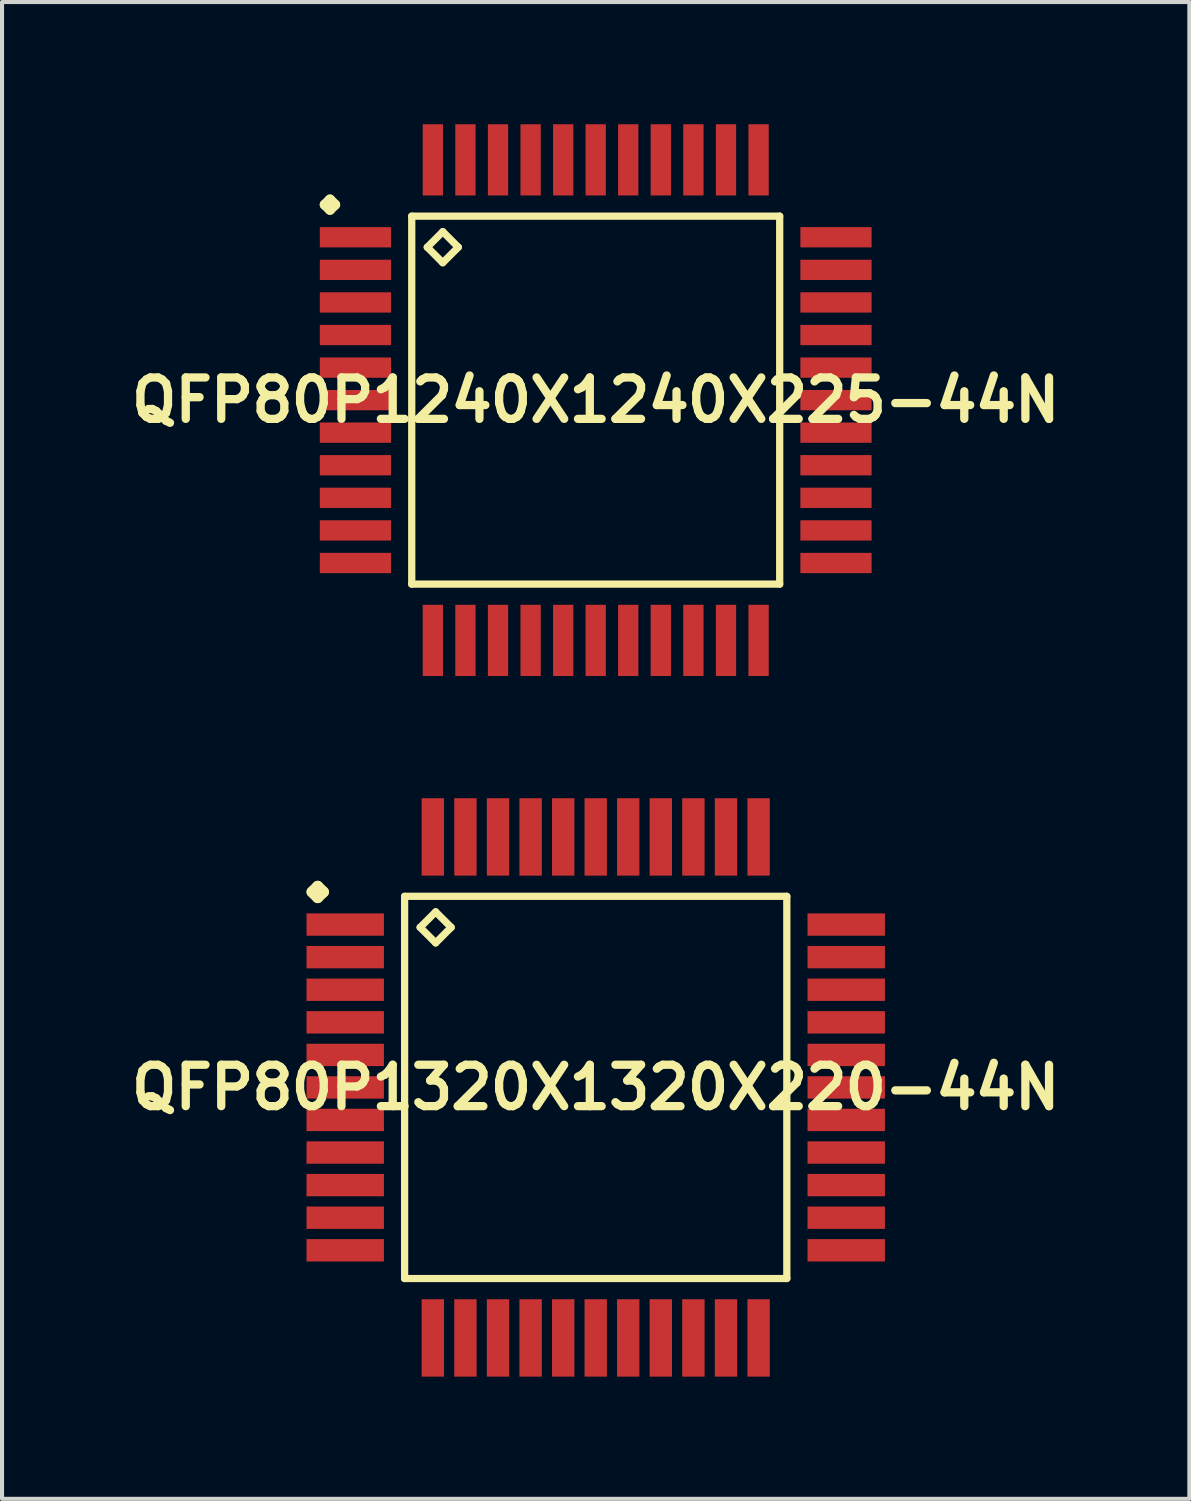
<source format=kicad_pcb>
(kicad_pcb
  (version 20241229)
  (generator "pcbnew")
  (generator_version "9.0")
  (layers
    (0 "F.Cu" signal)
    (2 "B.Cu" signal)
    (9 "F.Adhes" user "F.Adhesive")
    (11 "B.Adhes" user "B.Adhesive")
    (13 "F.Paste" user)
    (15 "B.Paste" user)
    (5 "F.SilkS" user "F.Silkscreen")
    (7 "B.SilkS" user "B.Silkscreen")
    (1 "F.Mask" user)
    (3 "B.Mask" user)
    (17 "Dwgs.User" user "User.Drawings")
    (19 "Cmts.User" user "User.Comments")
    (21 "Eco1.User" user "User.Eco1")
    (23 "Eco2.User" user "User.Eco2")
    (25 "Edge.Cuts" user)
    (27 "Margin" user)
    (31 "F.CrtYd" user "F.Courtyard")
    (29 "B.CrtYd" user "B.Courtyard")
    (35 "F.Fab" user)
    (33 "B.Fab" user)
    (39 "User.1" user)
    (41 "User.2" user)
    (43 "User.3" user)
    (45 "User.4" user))
  (footprint "QFP80P1320X1320X220-44N"
    (layer "F.Cu")
    (at 11.573 23.643)
    (property "Reference" "QFP80P1320X1320X220-44N" (at 0 0 0) (layer "F.SilkS") (effects (font (size 1.016 1.016) (thickness 0.203))))
    (attr smd)
    (fp_line (start -6.962 -4.798) (end -6.825 -4.935) (stroke (width 0.274) (type solid)) (layer "F.SilkS"))
    (fp_line (start -6.825 -4.935) (end -6.685 -4.798) (stroke (width 0.274) (type solid)) (layer "F.SilkS"))
    (fp_line (start -6.825 -4.661) (end -6.962 -4.798) (stroke (width 0.274) (type solid)) (layer "F.SilkS"))
    (fp_line (start -6.685 -4.798) (end -6.825 -4.661) (stroke (width 0.274) (type solid)) (layer "F.SilkS"))
    (fp_line (start -4.691 -4.691) (end -4.691 4.691) (stroke (width 0.178) (type solid)) (layer "F.SilkS"))
    (fp_line (start -4.691 4.691) (end 4.691 4.691) (stroke (width 0.178) (type solid)) (layer "F.SilkS"))
    (fp_line (start -4.31 -3.929) (end -3.929 -4.31) (stroke (width 0.178) (type solid)) (layer "F.SilkS"))
    (fp_line (start -3.929 -4.31) (end -3.548 -3.929) (stroke (width 0.178) (type solid)) (layer "F.SilkS"))
    (fp_line (start -3.929 -3.548) (end -4.31 -3.929) (stroke (width 0.178) (type solid)) (layer "F.SilkS"))
    (fp_line (start -3.548 -3.929) (end -3.929 -3.548) (stroke (width 0.178) (type solid)) (layer "F.SilkS"))
    (fp_line (start 4.691 -4.691) (end -4.691 -4.691) (stroke (width 0.178) (type solid)) (layer "F.SilkS"))
    (fp_line (start 4.691 4.691) (end 4.691 -4.691) (stroke (width 0.178) (type solid)) (layer "F.SilkS"))
    (pad "1" smd rect (at -6.149 -3.998) (size 1.9 0.549) (layers "F.Cu" "F.Mask" "F.Paste"))
    (pad "2" smd rect (at -6.149 -3.198) (size 1.9 0.549) (layers "F.Cu" "F.Mask" "F.Paste"))
    (pad "3" smd rect (at -6.149 -2.398) (size 1.9 0.549) (layers "F.Cu" "F.Mask" "F.Paste"))
    (pad "4" smd rect (at -6.149 -1.598) (size 1.9 0.549) (layers "F.Cu" "F.Mask" "F.Paste"))
    (pad "5" smd rect (at -6.149 -0.798) (size 1.9 0.549) (layers "F.Cu" "F.Mask" "F.Paste"))
    (pad "6" smd rect (at -6.149 0) (size 1.9 0.549) (layers "F.Cu" "F.Mask" "F.Paste"))
    (pad "7" smd rect (at -6.149 0.798) (size 1.9 0.549) (layers "F.Cu" "F.Mask" "F.Paste"))
    (pad "8" smd rect (at -6.149 1.598) (size 1.9 0.549) (layers "F.Cu" "F.Mask" "F.Paste"))
    (pad "9" smd rect (at -6.149 2.398) (size 1.9 0.549) (layers "F.Cu" "F.Mask" "F.Paste"))
    (pad "10" smd rect (at -6.149 3.198) (size 1.9 0.549) (layers "F.Cu" "F.Mask" "F.Paste"))
    (pad "11" smd rect (at -6.149 3.998) (size 1.9 0.549) (layers "F.Cu" "F.Mask" "F.Paste"))
    (pad "12" smd rect (at -3.998 6.149) (size 0.549 1.9) (layers "F.Cu" "F.Mask" "F.Paste"))
    (pad "13" smd rect (at -3.198 6.149) (size 0.549 1.9) (layers "F.Cu" "F.Mask" "F.Paste"))
    (pad "14" smd rect (at -2.398 6.149) (size 0.549 1.9) (layers "F.Cu" "F.Mask" "F.Paste"))
    (pad "15" smd rect (at -1.598 6.149) (size 0.549 1.9) (layers "F.Cu" "F.Mask" "F.Paste"))
    (pad "16" smd rect (at -0.798 6.149) (size 0.549 1.9) (layers "F.Cu" "F.Mask" "F.Paste"))
    (pad "17" smd rect (at 0 6.149) (size 0.549 1.9) (layers "F.Cu" "F.Mask" "F.Paste"))
    (pad "18" smd rect (at 0.798 6.149) (size 0.549 1.9) (layers "F.Cu" "F.Mask" "F.Paste"))
    (pad "19" smd rect (at 1.598 6.149) (size 0.549 1.9) (layers "F.Cu" "F.Mask" "F.Paste"))
    (pad "20" smd rect (at 2.398 6.149) (size 0.549 1.9) (layers "F.Cu" "F.Mask" "F.Paste"))
    (pad "21" smd rect (at 3.198 6.149) (size 0.549 1.9) (layers "F.Cu" "F.Mask" "F.Paste"))
    (pad "22" smd rect (at 3.998 6.149) (size 0.549 1.9) (layers "F.Cu" "F.Mask" "F.Paste"))
    (pad "23" smd rect (at 6.149 3.998) (size 1.9 0.549) (layers "F.Cu" "F.Mask" "F.Paste"))
    (pad "24" smd rect (at 6.149 3.198) (size 1.9 0.549) (layers "F.Cu" "F.Mask" "F.Paste"))
    (pad "25" smd rect (at 6.149 2.398) (size 1.9 0.549) (layers "F.Cu" "F.Mask" "F.Paste"))
    (pad "26" smd rect (at 6.149 1.598) (size 1.9 0.549) (layers "F.Cu" "F.Mask" "F.Paste"))
    (pad "27" smd rect (at 6.149 0.798) (size 1.9 0.549) (layers "F.Cu" "F.Mask" "F.Paste"))
    (pad "28" smd rect (at 6.149 0) (size 1.9 0.549) (layers "F.Cu" "F.Mask" "F.Paste"))
    (pad "29" smd rect (at 6.149 -0.798) (size 1.9 0.549) (layers "F.Cu" "F.Mask" "F.Paste"))
    (pad "30" smd rect (at 6.149 -1.598) (size 1.9 0.549) (layers "F.Cu" "F.Mask" "F.Paste"))
    (pad "31" smd rect (at 6.149 -2.398) (size 1.9 0.549) (layers "F.Cu" "F.Mask" "F.Paste"))
    (pad "32" smd rect (at 6.149 -3.198) (size 1.9 0.549) (layers "F.Cu" "F.Mask" "F.Paste"))
    (pad "33" smd rect (at 6.149 -3.998) (size 1.9 0.549) (layers "F.Cu" "F.Mask" "F.Paste"))
    (pad "34" smd rect (at 3.998 -6.149) (size 0.549 1.9) (layers "F.Cu" "F.Mask" "F.Paste"))
    (pad "35" smd rect (at 3.198 -6.149) (size 0.549 1.9) (layers "F.Cu" "F.Mask" "F.Paste"))
    (pad "36" smd rect (at 2.398 -6.149) (size 0.549 1.9) (layers "F.Cu" "F.Mask" "F.Paste"))
    (pad "37" smd rect (at 1.598 -6.149) (size 0.549 1.9) (layers "F.Cu" "F.Mask" "F.Paste"))
    (pad "38" smd rect (at 0.798 -6.149) (size 0.549 1.9) (layers "F.Cu" "F.Mask" "F.Paste"))
    (pad "39" smd rect (at 0 -6.149) (size 0.549 1.9) (layers "F.Cu" "F.Mask" "F.Paste"))
    (pad "40" smd rect (at -0.798 -6.149) (size 0.549 1.9) (layers "F.Cu" "F.Mask" "F.Paste"))
    (pad "41" smd rect (at -1.598 -6.149) (size 0.549 1.9) (layers "F.Cu" "F.Mask" "F.Paste"))
    (pad "42" smd rect (at -2.398 -6.149) (size 0.549 1.9) (layers "F.Cu" "F.Mask" "F.Paste"))
    (pad "43" smd rect (at -3.198 -6.149) (size 0.549 1.9) (layers "F.Cu" "F.Mask" "F.Paste"))
    (pad "44" smd rect (at -3.998 -6.149) (size 0.549 1.9) (layers "F.Cu" "F.Mask" "F.Paste")))
  (footprint "QFP80P1240X1240X225-44N"
    (layer "F.Cu")
    (at 11.573 6.772)
    (property "Reference" "QFP80P1240X1240X225-44N" (at 0 0 0) (layer "F.SilkS") (effects (font (size 1.016 1.016) (thickness 0.203))))
    (attr smd)
    (fp_line (start -6.65 -4.798) (end -6.523 -4.923) (stroke (width 0.249) (type solid)) (layer "F.SilkS"))
    (fp_line (start -6.523 -4.923) (end -6.398 -4.798) (stroke (width 0.249) (type solid)) (layer "F.SilkS"))
    (fp_line (start -6.523 -4.674) (end -6.65 -4.798) (stroke (width 0.249) (type solid)) (layer "F.SilkS"))
    (fp_line (start -6.398 -4.798) (end -6.523 -4.674) (stroke (width 0.249) (type solid)) (layer "F.SilkS"))
    (fp_line (start -4.516 -4.516) (end -4.516 4.516) (stroke (width 0.178) (type solid)) (layer "F.SilkS"))
    (fp_line (start -4.516 4.516) (end 4.516 4.516) (stroke (width 0.178) (type solid)) (layer "F.SilkS"))
    (fp_line (start -4.135 -3.754) (end -3.754 -4.135) (stroke (width 0.178) (type solid)) (layer "F.SilkS"))
    (fp_line (start -3.754 -4.135) (end -3.373 -3.754) (stroke (width 0.178) (type solid)) (layer "F.SilkS"))
    (fp_line (start -3.754 -3.373) (end -4.135 -3.754) (stroke (width 0.178) (type solid)) (layer "F.SilkS"))
    (fp_line (start -3.373 -3.754) (end -3.754 -3.373) (stroke (width 0.178) (type solid)) (layer "F.SilkS"))
    (fp_line (start 4.516 -4.516) (end -4.516 -4.516) (stroke (width 0.178) (type solid)) (layer "F.SilkS"))
    (fp_line (start 4.516 4.516) (end 4.516 -4.516) (stroke (width 0.178) (type solid)) (layer "F.SilkS"))
    (pad "1" smd rect (at -5.898 -3.998) (size 1.748 0.498) (layers "F.Cu" "F.Mask" "F.Paste"))
    (pad "2" smd rect (at -5.898 -3.198) (size 1.748 0.498) (layers "F.Cu" "F.Mask" "F.Paste"))
    (pad "3" smd rect (at -5.898 -2.398) (size 1.748 0.498) (layers "F.Cu" "F.Mask" "F.Paste"))
    (pad "4" smd rect (at -5.898 -1.598) (size 1.748 0.498) (layers "F.Cu" "F.Mask" "F.Paste"))
    (pad "5" smd rect (at -5.898 -0.798) (size 1.748 0.498) (layers "F.Cu" "F.Mask" "F.Paste"))
    (pad "6" smd rect (at -5.898 0) (size 1.748 0.498) (layers "F.Cu" "F.Mask" "F.Paste"))
    (pad "7" smd rect (at -5.898 0.798) (size 1.748 0.498) (layers "F.Cu" "F.Mask" "F.Paste"))
    (pad "8" smd rect (at -5.898 1.598) (size 1.748 0.498) (layers "F.Cu" "F.Mask" "F.Paste"))
    (pad "9" smd rect (at -5.898 2.398) (size 1.748 0.498) (layers "F.Cu" "F.Mask" "F.Paste"))
    (pad "10" smd rect (at -5.898 3.198) (size 1.748 0.498) (layers "F.Cu" "F.Mask" "F.Paste"))
    (pad "11" smd rect (at -5.898 3.998) (size 1.748 0.498) (layers "F.Cu" "F.Mask" "F.Paste"))
    (pad "12" smd rect (at -3.998 5.898) (size 0.498 1.748) (layers "F.Cu" "F.Mask" "F.Paste"))
    (pad "13" smd rect (at -3.198 5.898) (size 0.498 1.748) (layers "F.Cu" "F.Mask" "F.Paste"))
    (pad "14" smd rect (at -2.398 5.898) (size 0.498 1.748) (layers "F.Cu" "F.Mask" "F.Paste"))
    (pad "15" smd rect (at -1.598 5.898) (size 0.498 1.748) (layers "F.Cu" "F.Mask" "F.Paste"))
    (pad "16" smd rect (at -0.798 5.898) (size 0.498 1.748) (layers "F.Cu" "F.Mask" "F.Paste"))
    (pad "17" smd rect (at 0 5.898) (size 0.498 1.748) (layers "F.Cu" "F.Mask" "F.Paste"))
    (pad "18" smd rect (at 0.798 5.898) (size 0.498 1.748) (layers "F.Cu" "F.Mask" "F.Paste"))
    (pad "19" smd rect (at 1.598 5.898) (size 0.498 1.748) (layers "F.Cu" "F.Mask" "F.Paste"))
    (pad "20" smd rect (at 2.398 5.898) (size 0.498 1.748) (layers "F.Cu" "F.Mask" "F.Paste"))
    (pad "21" smd rect (at 3.198 5.898) (size 0.498 1.748) (layers "F.Cu" "F.Mask" "F.Paste"))
    (pad "22" smd rect (at 3.998 5.898) (size 0.498 1.748) (layers "F.Cu" "F.Mask" "F.Paste"))
    (pad "23" smd rect (at 5.898 3.998) (size 1.748 0.498) (layers "F.Cu" "F.Mask" "F.Paste"))
    (pad "24" smd rect (at 5.898 3.198) (size 1.748 0.498) (layers "F.Cu" "F.Mask" "F.Paste"))
    (pad "25" smd rect (at 5.898 2.398) (size 1.748 0.498) (layers "F.Cu" "F.Mask" "F.Paste"))
    (pad "26" smd rect (at 5.898 1.598) (size 1.748 0.498) (layers "F.Cu" "F.Mask" "F.Paste"))
    (pad "27" smd rect (at 5.898 0.798) (size 1.748 0.498) (layers "F.Cu" "F.Mask" "F.Paste"))
    (pad "28" smd rect (at 5.898 0) (size 1.748 0.498) (layers "F.Cu" "F.Mask" "F.Paste"))
    (pad "29" smd rect (at 5.898 -0.798) (size 1.748 0.498) (layers "F.Cu" "F.Mask" "F.Paste"))
    (pad "30" smd rect (at 5.898 -1.598) (size 1.748 0.498) (layers "F.Cu" "F.Mask" "F.Paste"))
    (pad "31" smd rect (at 5.898 -2.398) (size 1.748 0.498) (layers "F.Cu" "F.Mask" "F.Paste"))
    (pad "32" smd rect (at 5.898 -3.198) (size 1.748 0.498) (layers "F.Cu" "F.Mask" "F.Paste"))
    (pad "33" smd rect (at 5.898 -3.998) (size 1.748 0.498) (layers "F.Cu" "F.Mask" "F.Paste"))
    (pad "34" smd rect (at 3.998 -5.898) (size 0.498 1.748) (layers "F.Cu" "F.Mask" "F.Paste"))
    (pad "35" smd rect (at 3.198 -5.898) (size 0.498 1.748) (layers "F.Cu" "F.Mask" "F.Paste"))
    (pad "36" smd rect (at 2.398 -5.898) (size 0.498 1.748) (layers "F.Cu" "F.Mask" "F.Paste"))
    (pad "37" smd rect (at 1.598 -5.898) (size 0.498 1.748) (layers "F.Cu" "F.Mask" "F.Paste"))
    (pad "38" smd rect (at 0.798 -5.898) (size 0.498 1.748) (layers "F.Cu" "F.Mask" "F.Paste"))
    (pad "39" smd rect (at 0 -5.898) (size 0.498 1.748) (layers "F.Cu" "F.Mask" "F.Paste"))
    (pad "40" smd rect (at -0.798 -5.898) (size 0.498 1.748) (layers "F.Cu" "F.Mask" "F.Paste"))
    (pad "41" smd rect (at -1.598 -5.898) (size 0.498 1.748) (layers "F.Cu" "F.Mask" "F.Paste"))
    (pad "42" smd rect (at -2.398 -5.898) (size 0.498 1.748) (layers "F.Cu" "F.Mask" "F.Paste"))
    (pad "43" smd rect (at -3.198 -5.898) (size 0.498 1.748) (layers "F.Cu" "F.Mask" "F.Paste"))
    (pad "44" smd rect (at -3.998 -5.898) (size 0.498 1.748) (layers "F.Cu" "F.Mask" "F.Paste")))
  (gr_rect
    (start -3 -3)
    (end 26.145 33.742)
    (stroke (width 0.1) (type default))
    (fill no)
    (layer "Edge.Cuts")))
</source>
